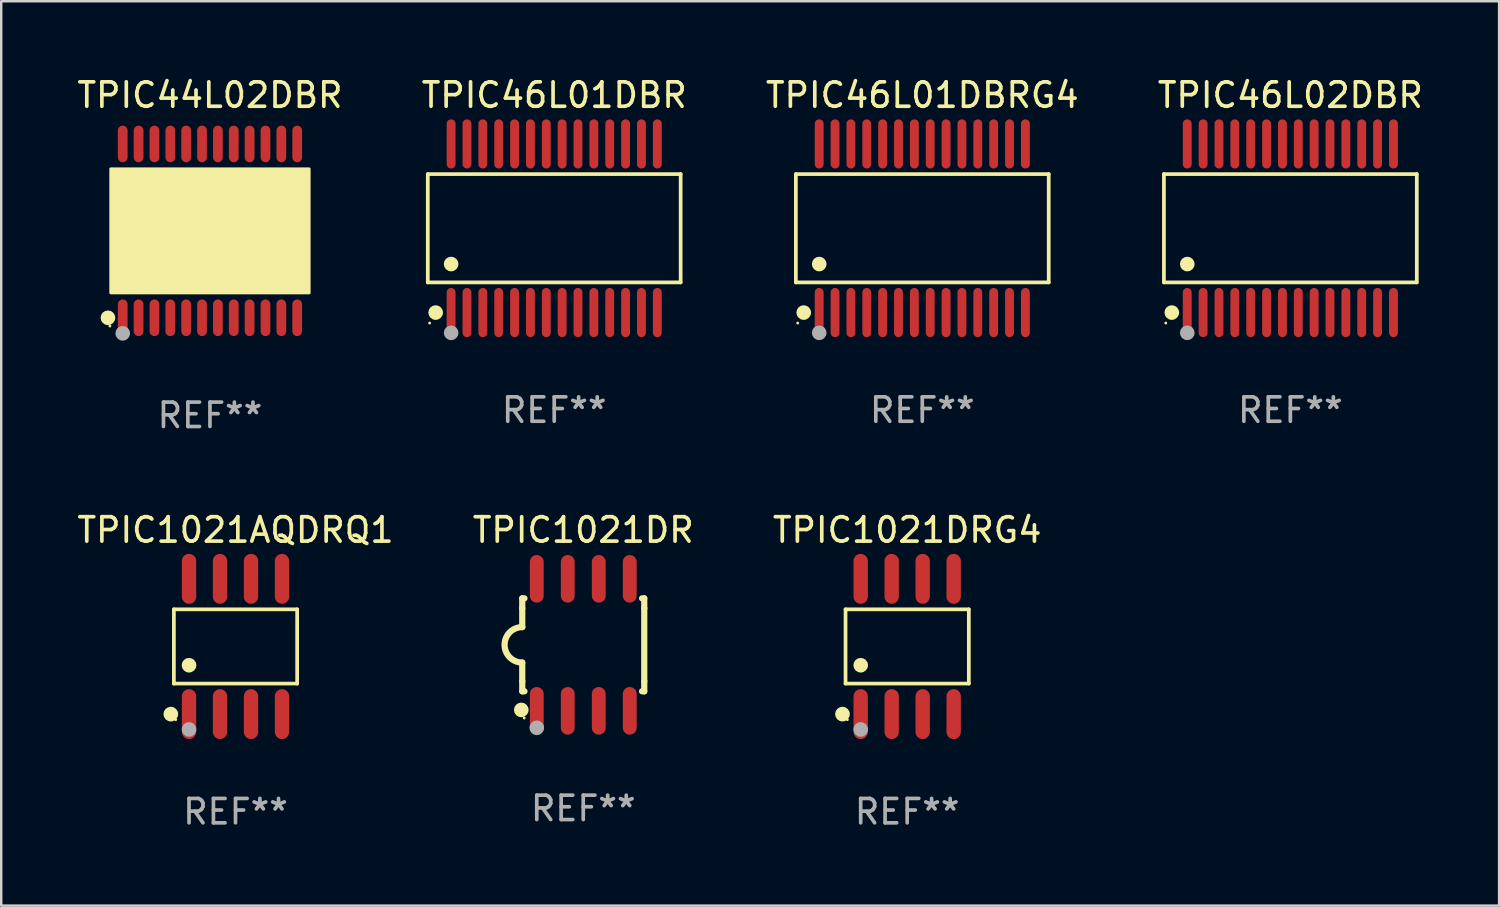
<source format=kicad_pcb>
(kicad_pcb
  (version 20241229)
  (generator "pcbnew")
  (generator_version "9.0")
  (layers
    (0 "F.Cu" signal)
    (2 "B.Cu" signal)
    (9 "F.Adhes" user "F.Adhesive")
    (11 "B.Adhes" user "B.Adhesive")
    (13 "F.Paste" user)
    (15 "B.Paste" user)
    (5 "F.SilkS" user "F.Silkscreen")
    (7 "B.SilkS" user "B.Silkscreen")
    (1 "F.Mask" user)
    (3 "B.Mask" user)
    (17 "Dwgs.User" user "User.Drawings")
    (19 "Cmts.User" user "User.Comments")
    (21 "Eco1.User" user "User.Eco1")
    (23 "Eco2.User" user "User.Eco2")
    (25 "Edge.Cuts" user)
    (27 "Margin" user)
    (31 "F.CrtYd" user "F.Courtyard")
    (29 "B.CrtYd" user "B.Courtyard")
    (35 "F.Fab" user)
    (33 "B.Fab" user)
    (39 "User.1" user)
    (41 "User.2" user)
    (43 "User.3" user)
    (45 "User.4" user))
  (footprint "TPIC1021AQDRQ1"
    (layer "F.Cu")
    (at 6.601 23.441)
    (property "Reference" "TPIC1021AQDRQ1" (at 0 -4.772 0) (layer "F.SilkS") (effects (font (size 1 1) (thickness 0.15))))
    (attr through_hole)
    (fp_line (start -2.526 -1.521) (end 2.526 -1.521) (stroke (width 0.152) (type solid)) (layer "F.SilkS"))
    (fp_line (start -2.526 1.521) (end -2.526 -1.521) (stroke (width 0.152) (type solid)) (layer "F.SilkS"))
    (fp_line (start 2.526 -1.521) (end 2.526 1.521) (stroke (width 0.152) (type solid)) (layer "F.SilkS"))
    (fp_line (start 2.526 1.521) (end -2.526 1.521) (stroke (width 0.152) (type solid)) (layer "F.SilkS"))
    (fp_circle (center -2.652 2.772) (end -2.501 2.772) (stroke (width 0.3) (type solid)) (fill no) (layer "F.SilkS"))
    (fp_circle (center -2.45 3) (end -2.42 3) (stroke (width 0.06) (type solid)) (fill no) (layer "F.SilkS"))
    (fp_circle (center -1.905 0.769) (end -1.755 0.769) (stroke (width 0.3) (type solid)) (fill no) (layer "F.SilkS"))
    (fp_circle (center -1.905 3.4) (end -1.755 3.4) (stroke (width 0.3) (type solid)) (fill no) (layer "F.Fab"))
    (fp_text user "REF**" (at 0 6.772 0) (layer "F.Fab") (effects (font (size 1 1) (thickness 0.15))))
    (pad "1" smd oval (at -1.905 2.772) (size 0.588 2.045) (layers "F.Cu" "F.Mask" "F.Paste"))
    (pad "2" smd oval (at -0.635 2.772) (size 0.588 2.045) (layers "F.Cu" "F.Mask" "F.Paste"))
    (pad "3" smd oval (at 0.635 2.772) (size 0.588 2.045) (layers "F.Cu" "F.Mask" "F.Paste"))
    (pad "4" smd oval (at 1.905 2.772) (size 0.588 2.045) (layers "F.Cu" "F.Mask" "F.Paste"))
    (pad "5" smd oval (at 1.905 -2.772) (size 0.588 2.045) (layers "F.Cu" "F.Mask" "F.Paste"))
    (pad "6" smd oval (at 0.635 -2.772) (size 0.588 2.045) (layers "F.Cu" "F.Mask" "F.Paste"))
    (pad "7" smd oval (at -0.635 -2.772) (size 0.588 2.045) (layers "F.Cu" "F.Mask" "F.Paste"))
    (pad "8" smd oval (at -1.905 -2.772) (size 0.588 2.045) (layers "F.Cu" "F.Mask" "F.Paste")))
  (footprint "TPIC1021DR"
    (layer "F.Cu")
    (at 20.851 23.374)
    (property "Reference" "TPIC1021DR" (at 0 -4.705 0) (layer "F.SilkS") (effects (font (size 1 1) (thickness 0.15))))
    (attr through_hole)
    (fp_line (start -2.5 -1.905) (end -2.409 -1.905) (stroke (width 0.254) (type solid)) (layer "F.SilkS"))
    (fp_line (start -2.5 -1.5) (end -2.5 -1.905) (stroke (width 0.254) (type solid)) (layer "F.SilkS"))
    (fp_line (start -2.5 -1.5) (end -2.5 -0.726) (stroke (width 0.254) (type solid)) (layer "F.SilkS"))
    (fp_line (start -2.5 1.5) (end -2.5 0.727) (stroke (width 0.254) (type solid)) (layer "F.SilkS"))
    (fp_line (start -2.5 1.5) (end -2.5 1.905) (stroke (width 0.254) (type solid)) (layer "F.SilkS"))
    (fp_line (start -2.5 1.905) (end -2.409 1.905) (stroke (width 0.254) (type solid)) (layer "F.SilkS"))
    (fp_line (start 2.5 -1.905) (end 2.409 -1.905) (stroke (width 0.254) (type solid)) (layer "F.SilkS"))
    (fp_line (start 2.5 -1.5) (end 2.5 -1.905) (stroke (width 0.254) (type solid)) (layer "F.SilkS"))
    (fp_line (start 2.5 -1.5) (end 2.5 1.5) (stroke (width 0.254) (type solid)) (layer "F.SilkS"))
    (fp_line (start 2.5 1.5) (end 2.5 1.905) (stroke (width 0.254) (type solid)) (layer "F.SilkS"))
    (fp_line (start 2.5 1.905) (end 2.409 1.905) (stroke (width 0.254) (type solid)) (layer "F.SilkS"))
    (fp_arc (start -2.5 0.726568) (mid -3.220316 -0.0023) (end -2.495097 -0.726289) (stroke (width 0.254001) (type solid)) (layer "F.SilkS"))
    (fp_circle (center -2.54 2.667) (end -2.39 2.667) (stroke (width 0.3) (type solid)) (fill no) (layer "F.SilkS"))
    (fp_circle (center -2.42 3) (end -2.39 3) (stroke (width 0.06) (type solid)) (fill no) (layer "F.SilkS"))
    (fp_circle (center -1.905 3.4) (end -1.755 3.4) (stroke (width 0.3) (type solid)) (fill no) (layer "F.Fab"))
    (fp_text user "REF**" (at 0 6.705 0) (layer "F.Fab") (effects (font (size 1 1) (thickness 0.15))))
    (pad "1" smd oval (at -1.905 2.705) (size 0.568 1.95) (layers "F.Cu" "F.Mask" "F.Paste"))
    (pad "2" smd oval (at -0.635 2.705) (size 0.568 1.95) (layers "F.Cu" "F.Mask" "F.Paste"))
    (pad "3" smd oval (at 0.635 2.705) (size 0.568 1.95) (layers "F.Cu" "F.Mask" "F.Paste"))
    (pad "4" smd oval (at 1.905 2.705) (size 0.568 1.95) (layers "F.Cu" "F.Mask" "F.Paste"))
    (pad "5" smd oval (at 1.905 -2.705) (size 0.568 1.95) (layers "F.Cu" "F.Mask" "F.Paste"))
    (pad "6" smd oval (at 0.635 -2.705) (size 0.568 1.95) (layers "F.Cu" "F.Mask" "F.Paste"))
    (pad "7" smd oval (at -0.635 -2.705) (size 0.568 1.95) (layers "F.Cu" "F.Mask" "F.Paste"))
    (pad "8" smd oval (at -1.905 -2.705) (size 0.568 1.95) (layers "F.Cu" "F.Mask" "F.Paste")))
  (footprint "TPIC46L02DBR"
    (layer "F.Cu")
    (at 49.827 6.303)
    (property "Reference" "TPIC46L02DBR" (at 0 -5.455 0) (layer "F.SilkS") (effects (font (size 1 1) (thickness 0.15))))
    (attr through_hole)
    (fp_line (start -5.181 -2.219) (end 5.181 -2.219) (stroke (width 0.152) (type solid)) (layer "F.SilkS"))
    (fp_line (start -5.181 2.219) (end -5.181 -2.219) (stroke (width 0.152) (type solid)) (layer "F.SilkS"))
    (fp_line (start 5.181 -2.219) (end 5.181 2.219) (stroke (width 0.152) (type solid)) (layer "F.SilkS"))
    (fp_line (start 5.181 2.219) (end -5.181 2.219) (stroke (width 0.152) (type solid)) (layer "F.SilkS"))
    (fp_circle (center -5.105 3.885) (end -5.075 3.885) (stroke (width 0.06) (type solid)) (fill no) (layer "F.SilkS"))
    (fp_circle (center -4.859 3.455) (end -4.709 3.455) (stroke (width 0.3) (type solid)) (fill no) (layer "F.SilkS"))
    (fp_circle (center -4.225 1.467) (end -4.075 1.467) (stroke (width 0.3) (type solid)) (fill no) (layer "F.SilkS"))
    (fp_circle (center -4.225 4.285) (end -4.075 4.285) (stroke (width 0.3) (type solid)) (fill no) (layer "F.Fab"))
    (fp_text user "REF**" (at 0 7.455 0) (layer "F.Fab") (effects (font (size 1 1) (thickness 0.15))))
    (pad "1" smd oval (at -4.225 3.455) (size 0.364 2.015) (layers "F.Cu" "F.Mask" "F.Paste"))
    (pad "2" smd oval (at -3.575 3.455) (size 0.364 2.015) (layers "F.Cu" "F.Mask" "F.Paste"))
    (pad "3" smd oval (at -2.925 3.455) (size 0.364 2.015) (layers "F.Cu" "F.Mask" "F.Paste"))
    (pad "4" smd oval (at -2.275 3.455) (size 0.364 2.015) (layers "F.Cu" "F.Mask" "F.Paste"))
    (pad "5" smd oval (at -1.625 3.455) (size 0.364 2.015) (layers "F.Cu" "F.Mask" "F.Paste"))
    (pad "6" smd oval (at -0.975 3.455) (size 0.364 2.015) (layers "F.Cu" "F.Mask" "F.Paste"))
    (pad "7" smd oval (at -0.325 3.455) (size 0.364 2.015) (layers "F.Cu" "F.Mask" "F.Paste"))
    (pad "8" smd oval (at 0.325 3.455) (size 0.364 2.015) (layers "F.Cu" "F.Mask" "F.Paste"))
    (pad "9" smd oval (at 0.975 3.455) (size 0.364 2.015) (layers "F.Cu" "F.Mask" "F.Paste"))
    (pad "10" smd oval (at 1.625 3.455) (size 0.364 2.015) (layers "F.Cu" "F.Mask" "F.Paste"))
    (pad "11" smd oval (at 2.275 3.455) (size 0.364 2.015) (layers "F.Cu" "F.Mask" "F.Paste"))
    (pad "12" smd oval (at 2.925 3.455) (size 0.364 2.015) (layers "F.Cu" "F.Mask" "F.Paste"))
    (pad "13" smd oval (at 3.575 3.455) (size 0.364 2.015) (layers "F.Cu" "F.Mask" "F.Paste"))
    (pad "14" smd oval (at 4.225 3.455) (size 0.364 2.015) (layers "F.Cu" "F.Mask" "F.Paste"))
    (pad "15" smd oval (at 4.225 -3.455) (size 0.364 2.015) (layers "F.Cu" "F.Mask" "F.Paste"))
    (pad "16" smd oval (at 3.575 -3.455) (size 0.364 2.015) (layers "F.Cu" "F.Mask" "F.Paste"))
    (pad "17" smd oval (at 2.925 -3.455) (size 0.364 2.015) (layers "F.Cu" "F.Mask" "F.Paste"))
    (pad "18" smd oval (at 2.275 -3.455) (size 0.364 2.015) (layers "F.Cu" "F.Mask" "F.Paste"))
    (pad "19" smd oval (at 1.625 -3.455) (size 0.364 2.015) (layers "F.Cu" "F.Mask" "F.Paste"))
    (pad "20" smd oval (at 0.975 -3.455) (size 0.364 2.015) (layers "F.Cu" "F.Mask" "F.Paste"))
    (pad "21" smd oval (at 0.325 -3.455) (size 0.364 2.015) (layers "F.Cu" "F.Mask" "F.Paste"))
    (pad "22" smd oval (at -0.325 -3.455) (size 0.364 2.015) (layers "F.Cu" "F.Mask" "F.Paste"))
    (pad "23" smd oval (at -0.975 -3.455) (size 0.364 2.015) (layers "F.Cu" "F.Mask" "F.Paste"))
    (pad "24" smd oval (at -1.625 -3.455) (size 0.364 2.015) (layers "F.Cu" "F.Mask" "F.Paste"))
    (pad "25" smd oval (at -2.275 -3.455) (size 0.364 2.015) (layers "F.Cu" "F.Mask" "F.Paste"))
    (pad "26" smd oval (at -2.925 -3.455) (size 0.364 2.015) (layers "F.Cu" "F.Mask" "F.Paste"))
    (pad "27" smd oval (at -3.575 -3.455) (size 0.364 2.015) (layers "F.Cu" "F.Mask" "F.Paste"))
    (pad "28" smd oval (at -4.225 -3.455) (size 0.364 2.015) (layers "F.Cu" "F.Mask" "F.Paste")))
  (footprint "TPIC44L02DBR"
    (layer "F.Cu")
    (at 5.554 6.41)
    (property "Reference" "TPIC44L02DBR" (at 0 -5.562 0) (layer "F.SilkS") (effects (font (size 1 1) (thickness 0.15))))
    (attr through_hole)
    (fp_circle (center -4.181 3.562) (end -4.031 3.562) (stroke (width 0.3) (type solid)) (fill no) (layer "F.SilkS"))
    (fp_circle (center -4.1 3.9) (end -4.07 3.9) (stroke (width 0.06) (type solid)) (fill no) (layer "F.SilkS"))
    (fp_circle (center -3.575 1.819) (end -3.425 1.819) (stroke (width 0.3) (type solid)) (fill no) (layer "F.SilkS"))
    (fp_poly (pts (xy -4.064 -2.54) (xy 4.064 -2.54) (xy 4.064 2.54) (xy -4.064 2.54)) (stroke (width 0.12) (type solid)) (fill yes) (layer "F.SilkS"))
    (fp_circle (center -3.575 4.2) (end -3.425 4.2) (stroke (width 0.3) (type solid)) (fill no) (layer "F.Fab"))
    (fp_text user "REF**" (at 0 7.562 0) (layer "F.Fab") (effects (font (size 1 1) (thickness 0.15))))
    (pad "1" smd oval (at -3.575 3.562) (size 0.4 1.5) (layers "F.Cu" "F.Mask" "F.Paste"))
    (pad "2" smd oval (at -2.925 3.562) (size 0.4 1.5) (layers "F.Cu" "F.Mask" "F.Paste"))
    (pad "3" smd oval (at -2.275 3.562) (size 0.4 1.5) (layers "F.Cu" "F.Mask" "F.Paste"))
    (pad "4" smd oval (at -1.625 3.562) (size 0.4 1.5) (layers "F.Cu" "F.Mask" "F.Paste"))
    (pad "5" smd oval (at -0.975 3.562) (size 0.4 1.5) (layers "F.Cu" "F.Mask" "F.Paste"))
    (pad "6" smd oval (at -0.325 3.562) (size 0.4 1.5) (layers "F.Cu" "F.Mask" "F.Paste"))
    (pad "7" smd oval (at 0.325 3.562) (size 0.4 1.5) (layers "F.Cu" "F.Mask" "F.Paste"))
    (pad "8" smd oval (at 0.975 3.562) (size 0.4 1.5) (layers "F.Cu" "F.Mask" "F.Paste"))
    (pad "9" smd oval (at 1.625 3.562) (size 0.4 1.5) (layers "F.Cu" "F.Mask" "F.Paste"))
    (pad "10" smd oval (at 2.275 3.562) (size 0.4 1.5) (layers "F.Cu" "F.Mask" "F.Paste"))
    (pad "11" smd oval (at 2.925 3.562) (size 0.4 1.5) (layers "F.Cu" "F.Mask" "F.Paste"))
    (pad "12" smd oval (at 3.575 3.562) (size 0.4 1.5) (layers "F.Cu" "F.Mask" "F.Paste"))
    (pad "13" smd oval (at 3.575 -3.562) (size 0.4 1.5) (layers "F.Cu" "F.Mask" "F.Paste"))
    (pad "14" smd oval (at 2.925 -3.562) (size 0.4 1.5) (layers "F.Cu" "F.Mask" "F.Paste"))
    (pad "15" smd oval (at 2.275 -3.562) (size 0.4 1.5) (layers "F.Cu" "F.Mask" "F.Paste"))
    (pad "16" smd oval (at 1.625 -3.562) (size 0.4 1.5) (layers "F.Cu" "F.Mask" "F.Paste"))
    (pad "17" smd oval (at 0.975 -3.562) (size 0.4 1.5) (layers "F.Cu" "F.Mask" "F.Paste"))
    (pad "18" smd oval (at 0.325 -3.562) (size 0.4 1.5) (layers "F.Cu" "F.Mask" "F.Paste"))
    (pad "19" smd oval (at -0.325 -3.562) (size 0.4 1.5) (layers "F.Cu" "F.Mask" "F.Paste"))
    (pad "20" smd oval (at -0.975 -3.562) (size 0.4 1.5) (layers "F.Cu" "F.Mask" "F.Paste"))
    (pad "21" smd oval (at -1.625 -3.562) (size 0.4 1.5) (layers "F.Cu" "F.Mask" "F.Paste"))
    (pad "22" smd oval (at -2.275 -3.562) (size 0.4 1.5) (layers "F.Cu" "F.Mask" "F.Paste"))
    (pad "23" smd oval (at -2.925 -3.562) (size 0.4 1.5) (layers "F.Cu" "F.Mask" "F.Paste"))
    (pad "24" smd oval (at -3.575 -3.562) (size 0.4 1.5) (layers "F.Cu" "F.Mask" "F.Paste")))
  (footprint "TPIC1021DRG4"
    (layer "F.Cu")
    (at 34.125 23.441)
    (property "Reference" "TPIC1021DRG4" (at 0 -4.772 0) (layer "F.SilkS") (effects (font (size 1 1) (thickness 0.15))))
    (attr through_hole)
    (fp_line (start -2.526 -1.521) (end 2.526 -1.521) (stroke (width 0.152) (type solid)) (layer "F.SilkS"))
    (fp_line (start -2.526 1.521) (end -2.526 -1.521) (stroke (width 0.152) (type solid)) (layer "F.SilkS"))
    (fp_line (start 2.526 -1.521) (end 2.526 1.521) (stroke (width 0.152) (type solid)) (layer "F.SilkS"))
    (fp_line (start 2.526 1.521) (end -2.526 1.521) (stroke (width 0.152) (type solid)) (layer "F.SilkS"))
    (fp_circle (center -2.652 2.772) (end -2.501 2.772) (stroke (width 0.3) (type solid)) (fill no) (layer "F.SilkS"))
    (fp_circle (center -2.45 3) (end -2.42 3) (stroke (width 0.06) (type solid)) (fill no) (layer "F.SilkS"))
    (fp_circle (center -1.905 0.769) (end -1.755 0.769) (stroke (width 0.3) (type solid)) (fill no) (layer "F.SilkS"))
    (fp_circle (center -1.905 3.4) (end -1.755 3.4) (stroke (width 0.3) (type solid)) (fill no) (layer "F.Fab"))
    (fp_text user "REF**" (at 0 6.772 0) (layer "F.Fab") (effects (font (size 1 1) (thickness 0.15))))
    (pad "1" smd oval (at -1.905 2.772) (size 0.588 2.045) (layers "F.Cu" "F.Mask" "F.Paste"))
    (pad "2" smd oval (at -0.635 2.772) (size 0.588 2.045) (layers "F.Cu" "F.Mask" "F.Paste"))
    (pad "3" smd oval (at 0.635 2.772) (size 0.588 2.045) (layers "F.Cu" "F.Mask" "F.Paste"))
    (pad "4" smd oval (at 1.905 2.772) (size 0.588 2.045) (layers "F.Cu" "F.Mask" "F.Paste"))
    (pad "5" smd oval (at 1.905 -2.772) (size 0.588 2.045) (layers "F.Cu" "F.Mask" "F.Paste"))
    (pad "6" smd oval (at 0.635 -2.772) (size 0.588 2.045) (layers "F.Cu" "F.Mask" "F.Paste"))
    (pad "7" smd oval (at -0.635 -2.772) (size 0.588 2.045) (layers "F.Cu" "F.Mask" "F.Paste"))
    (pad "8" smd oval (at -1.905 -2.772) (size 0.588 2.045) (layers "F.Cu" "F.Mask" "F.Paste")))
  (footprint "TPIC46L01DBRG4"
    (layer "F.Cu")
    (at 34.744 6.303)
    (property "Reference" "TPIC46L01DBRG4" (at 0 -5.455 0) (layer "F.SilkS") (effects (font (size 1 1) (thickness 0.15))))
    (attr through_hole)
    (fp_line (start -5.181 -2.219) (end 5.181 -2.219) (stroke (width 0.152) (type solid)) (layer "F.SilkS"))
    (fp_line (start -5.181 2.219) (end -5.181 -2.219) (stroke (width 0.152) (type solid)) (layer "F.SilkS"))
    (fp_line (start 5.181 -2.219) (end 5.181 2.219) (stroke (width 0.152) (type solid)) (layer "F.SilkS"))
    (fp_line (start 5.181 2.219) (end -5.181 2.219) (stroke (width 0.152) (type solid)) (layer "F.SilkS"))
    (fp_circle (center -5.105 3.885) (end -5.075 3.885) (stroke (width 0.06) (type solid)) (fill no) (layer "F.SilkS"))
    (fp_circle (center -4.859 3.455) (end -4.709 3.455) (stroke (width 0.3) (type solid)) (fill no) (layer "F.SilkS"))
    (fp_circle (center -4.225 1.467) (end -4.075 1.467) (stroke (width 0.3) (type solid)) (fill no) (layer "F.SilkS"))
    (fp_circle (center -4.225 4.285) (end -4.075 4.285) (stroke (width 0.3) (type solid)) (fill no) (layer "F.Fab"))
    (fp_text user "REF**" (at 0 7.455 0) (layer "F.Fab") (effects (font (size 1 1) (thickness 0.15))))
    (pad "1" smd oval (at -4.225 3.455) (size 0.364 2.015) (layers "F.Cu" "F.Mask" "F.Paste"))
    (pad "2" smd oval (at -3.575 3.455) (size 0.364 2.015) (layers "F.Cu" "F.Mask" "F.Paste"))
    (pad "3" smd oval (at -2.925 3.455) (size 0.364 2.015) (layers "F.Cu" "F.Mask" "F.Paste"))
    (pad "4" smd oval (at -2.275 3.455) (size 0.364 2.015) (layers "F.Cu" "F.Mask" "F.Paste"))
    (pad "5" smd oval (at -1.625 3.455) (size 0.364 2.015) (layers "F.Cu" "F.Mask" "F.Paste"))
    (pad "6" smd oval (at -0.975 3.455) (size 0.364 2.015) (layers "F.Cu" "F.Mask" "F.Paste"))
    (pad "7" smd oval (at -0.325 3.455) (size 0.364 2.015) (layers "F.Cu" "F.Mask" "F.Paste"))
    (pad "8" smd oval (at 0.325 3.455) (size 0.364 2.015) (layers "F.Cu" "F.Mask" "F.Paste"))
    (pad "9" smd oval (at 0.975 3.455) (size 0.364 2.015) (layers "F.Cu" "F.Mask" "F.Paste"))
    (pad "10" smd oval (at 1.625 3.455) (size 0.364 2.015) (layers "F.Cu" "F.Mask" "F.Paste"))
    (pad "11" smd oval (at 2.275 3.455) (size 0.364 2.015) (layers "F.Cu" "F.Mask" "F.Paste"))
    (pad "12" smd oval (at 2.925 3.455) (size 0.364 2.015) (layers "F.Cu" "F.Mask" "F.Paste"))
    (pad "13" smd oval (at 3.575 3.455) (size 0.364 2.015) (layers "F.Cu" "F.Mask" "F.Paste"))
    (pad "14" smd oval (at 4.225 3.455) (size 0.364 2.015) (layers "F.Cu" "F.Mask" "F.Paste"))
    (pad "15" smd oval (at 4.225 -3.455) (size 0.364 2.015) (layers "F.Cu" "F.Mask" "F.Paste"))
    (pad "16" smd oval (at 3.575 -3.455) (size 0.364 2.015) (layers "F.Cu" "F.Mask" "F.Paste"))
    (pad "17" smd oval (at 2.925 -3.455) (size 0.364 2.015) (layers "F.Cu" "F.Mask" "F.Paste"))
    (pad "18" smd oval (at 2.275 -3.455) (size 0.364 2.015) (layers "F.Cu" "F.Mask" "F.Paste"))
    (pad "19" smd oval (at 1.625 -3.455) (size 0.364 2.015) (layers "F.Cu" "F.Mask" "F.Paste"))
    (pad "20" smd oval (at 0.975 -3.455) (size 0.364 2.015) (layers "F.Cu" "F.Mask" "F.Paste"))
    (pad "21" smd oval (at 0.325 -3.455) (size 0.364 2.015) (layers "F.Cu" "F.Mask" "F.Paste"))
    (pad "22" smd oval (at -0.325 -3.455) (size 0.364 2.015) (layers "F.Cu" "F.Mask" "F.Paste"))
    (pad "23" smd oval (at -0.975 -3.455) (size 0.364 2.015) (layers "F.Cu" "F.Mask" "F.Paste"))
    (pad "24" smd oval (at -1.625 -3.455) (size 0.364 2.015) (layers "F.Cu" "F.Mask" "F.Paste"))
    (pad "25" smd oval (at -2.275 -3.455) (size 0.364 2.015) (layers "F.Cu" "F.Mask" "F.Paste"))
    (pad "26" smd oval (at -2.925 -3.455) (size 0.364 2.015) (layers "F.Cu" "F.Mask" "F.Paste"))
    (pad "27" smd oval (at -3.575 -3.455) (size 0.364 2.015) (layers "F.Cu" "F.Mask" "F.Paste"))
    (pad "28" smd oval (at -4.225 -3.455) (size 0.364 2.015) (layers "F.Cu" "F.Mask" "F.Paste")))
  (footprint "TPIC46L01DBR"
    (layer "F.Cu")
    (at 19.661 6.303)
    (property "Reference" "TPIC46L01DBR" (at 0 -5.455 0) (layer "F.SilkS") (effects (font (size 1 1) (thickness 0.15))))
    (attr through_hole)
    (fp_line (start -5.181 -2.219) (end 5.181 -2.219) (stroke (width 0.152) (type solid)) (layer "F.SilkS"))
    (fp_line (start -5.181 2.219) (end -5.181 -2.219) (stroke (width 0.152) (type solid)) (layer "F.SilkS"))
    (fp_line (start 5.181 -2.219) (end 5.181 2.219) (stroke (width 0.152) (type solid)) (layer "F.SilkS"))
    (fp_line (start 5.181 2.219) (end -5.181 2.219) (stroke (width 0.152) (type solid)) (layer "F.SilkS"))
    (fp_circle (center -5.105 3.885) (end -5.075 3.885) (stroke (width 0.06) (type solid)) (fill no) (layer "F.SilkS"))
    (fp_circle (center -4.859 3.455) (end -4.709 3.455) (stroke (width 0.3) (type solid)) (fill no) (layer "F.SilkS"))
    (fp_circle (center -4.225 1.467) (end -4.075 1.467) (stroke (width 0.3) (type solid)) (fill no) (layer "F.SilkS"))
    (fp_circle (center -4.225 4.285) (end -4.075 4.285) (stroke (width 0.3) (type solid)) (fill no) (layer "F.Fab"))
    (fp_text user "REF**" (at 0 7.455 0) (layer "F.Fab") (effects (font (size 1 1) (thickness 0.15))))
    (pad "1" smd oval (at -4.225 3.455) (size 0.364 2.015) (layers "F.Cu" "F.Mask" "F.Paste"))
    (pad "2" smd oval (at -3.575 3.455) (size 0.364 2.015) (layers "F.Cu" "F.Mask" "F.Paste"))
    (pad "3" smd oval (at -2.925 3.455) (size 0.364 2.015) (layers "F.Cu" "F.Mask" "F.Paste"))
    (pad "4" smd oval (at -2.275 3.455) (size 0.364 2.015) (layers "F.Cu" "F.Mask" "F.Paste"))
    (pad "5" smd oval (at -1.625 3.455) (size 0.364 2.015) (layers "F.Cu" "F.Mask" "F.Paste"))
    (pad "6" smd oval (at -0.975 3.455) (size 0.364 2.015) (layers "F.Cu" "F.Mask" "F.Paste"))
    (pad "7" smd oval (at -0.325 3.455) (size 0.364 2.015) (layers "F.Cu" "F.Mask" "F.Paste"))
    (pad "8" smd oval (at 0.325 3.455) (size 0.364 2.015) (layers "F.Cu" "F.Mask" "F.Paste"))
    (pad "9" smd oval (at 0.975 3.455) (size 0.364 2.015) (layers "F.Cu" "F.Mask" "F.Paste"))
    (pad "10" smd oval (at 1.625 3.455) (size 0.364 2.015) (layers "F.Cu" "F.Mask" "F.Paste"))
    (pad "11" smd oval (at 2.275 3.455) (size 0.364 2.015) (layers "F.Cu" "F.Mask" "F.Paste"))
    (pad "12" smd oval (at 2.925 3.455) (size 0.364 2.015) (layers "F.Cu" "F.Mask" "F.Paste"))
    (pad "13" smd oval (at 3.575 3.455) (size 0.364 2.015) (layers "F.Cu" "F.Mask" "F.Paste"))
    (pad "14" smd oval (at 4.225 3.455) (size 0.364 2.015) (layers "F.Cu" "F.Mask" "F.Paste"))
    (pad "15" smd oval (at 4.225 -3.455) (size 0.364 2.015) (layers "F.Cu" "F.Mask" "F.Paste"))
    (pad "16" smd oval (at 3.575 -3.455) (size 0.364 2.015) (layers "F.Cu" "F.Mask" "F.Paste"))
    (pad "17" smd oval (at 2.925 -3.455) (size 0.364 2.015) (layers "F.Cu" "F.Mask" "F.Paste"))
    (pad "18" smd oval (at 2.275 -3.455) (size 0.364 2.015) (layers "F.Cu" "F.Mask" "F.Paste"))
    (pad "19" smd oval (at 1.625 -3.455) (size 0.364 2.015) (layers "F.Cu" "F.Mask" "F.Paste"))
    (pad "20" smd oval (at 0.975 -3.455) (size 0.364 2.015) (layers "F.Cu" "F.Mask" "F.Paste"))
    (pad "21" smd oval (at 0.325 -3.455) (size 0.364 2.015) (layers "F.Cu" "F.Mask" "F.Paste"))
    (pad "22" smd oval (at -0.325 -3.455) (size 0.364 2.015) (layers "F.Cu" "F.Mask" "F.Paste"))
    (pad "23" smd oval (at -0.975 -3.455) (size 0.364 2.015) (layers "F.Cu" "F.Mask" "F.Paste"))
    (pad "24" smd oval (at -1.625 -3.455) (size 0.364 2.015) (layers "F.Cu" "F.Mask" "F.Paste"))
    (pad "25" smd oval (at -2.275 -3.455) (size 0.364 2.015) (layers "F.Cu" "F.Mask" "F.Paste"))
    (pad "26" smd oval (at -2.925 -3.455) (size 0.364 2.015) (layers "F.Cu" "F.Mask" "F.Paste"))
    (pad "27" smd oval (at -3.575 -3.455) (size 0.364 2.015) (layers "F.Cu" "F.Mask" "F.Paste"))
    (pad "28" smd oval (at -4.225 -3.455) (size 0.364 2.015) (layers "F.Cu" "F.Mask" "F.Paste")))
  (gr_rect
    (start -3 -3)
    (end 58.381 34.062)
    (stroke (width 0.1) (type default))
    (fill no)
    (layer "Edge.Cuts")))
</source>
